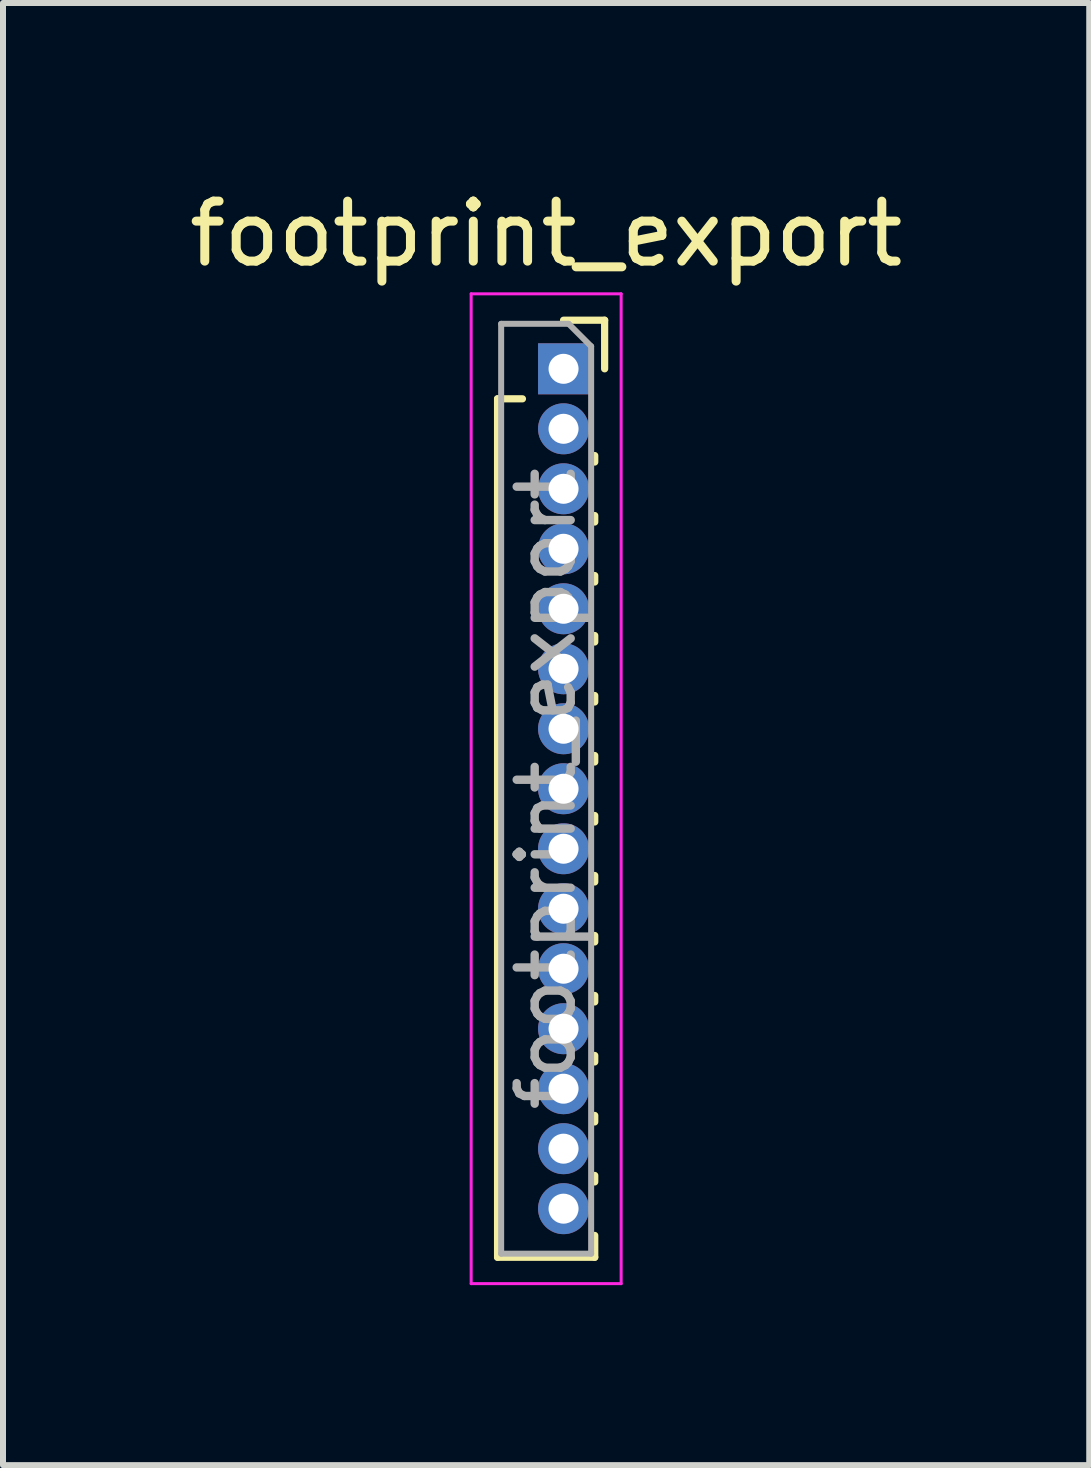
<source format=kicad_pcb>
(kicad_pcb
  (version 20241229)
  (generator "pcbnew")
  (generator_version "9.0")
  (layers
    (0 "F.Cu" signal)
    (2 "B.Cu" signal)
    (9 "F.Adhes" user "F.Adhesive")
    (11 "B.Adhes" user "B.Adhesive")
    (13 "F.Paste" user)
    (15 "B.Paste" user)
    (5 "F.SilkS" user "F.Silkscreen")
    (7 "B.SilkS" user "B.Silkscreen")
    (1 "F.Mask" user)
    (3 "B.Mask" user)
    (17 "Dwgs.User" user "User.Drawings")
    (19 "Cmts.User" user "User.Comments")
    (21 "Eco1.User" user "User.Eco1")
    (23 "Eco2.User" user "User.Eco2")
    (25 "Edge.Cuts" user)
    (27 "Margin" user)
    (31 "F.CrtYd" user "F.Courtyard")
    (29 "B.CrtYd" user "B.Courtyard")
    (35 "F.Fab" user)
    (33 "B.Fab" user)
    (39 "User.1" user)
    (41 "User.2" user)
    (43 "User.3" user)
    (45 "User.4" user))
  (footprint "footprint_export"
    (layer "F.Cu")
    (at 6.344 3.098)
    (property "Reference" "footprint_export" (at -0.29 -2.25 0) (layer "F.SilkS") (effects (font (size 1 1) (thickness 0.15))))
    (attr through_hole)
    (fp_line (start -1.1 0.5) (end -1.1 14.81) (stroke (width 0.12) (type solid)) (layer "F.SilkS"))
    (fp_line (start -1.1 0.5) (end -0.685 0.5) (stroke (width 0.12) (type solid)) (layer "F.SilkS"))
    (fp_line (start -1.1 14.81) (end 0.52 14.81) (stroke (width 0.12) (type solid)) (layer "F.SilkS"))
    (fp_line (start 0 -0.81) (end 0.685 -0.81) (stroke (width 0.12) (type solid)) (layer "F.SilkS"))
    (fp_line (start 0.52 1.446) (end 0.52 1.554) (stroke (width 0.12) (type solid)) (layer "F.SilkS"))
    (fp_line (start 0.52 2.446) (end 0.52 2.554) (stroke (width 0.12) (type solid)) (layer "F.SilkS"))
    (fp_line (start 0.52 3.446) (end 0.52 3.554) (stroke (width 0.12) (type solid)) (layer "F.SilkS"))
    (fp_line (start 0.52 4.446) (end 0.52 4.554) (stroke (width 0.12) (type solid)) (layer "F.SilkS"))
    (fp_line (start 0.52 5.446) (end 0.52 5.554) (stroke (width 0.12) (type solid)) (layer "F.SilkS"))
    (fp_line (start 0.52 6.446) (end 0.52 6.554) (stroke (width 0.12) (type solid)) (layer "F.SilkS"))
    (fp_line (start 0.52 7.446) (end 0.52 7.554) (stroke (width 0.12) (type solid)) (layer "F.SilkS"))
    (fp_line (start 0.52 8.446) (end 0.52 8.554) (stroke (width 0.12) (type solid)) (layer "F.SilkS"))
    (fp_line (start 0.52 9.446) (end 0.52 9.554) (stroke (width 0.12) (type solid)) (layer "F.SilkS"))
    (fp_line (start 0.52 10.446) (end 0.52 10.554) (stroke (width 0.12) (type solid)) (layer "F.SilkS"))
    (fp_line (start 0.52 11.446) (end 0.52 11.554) (stroke (width 0.12) (type solid)) (layer "F.SilkS"))
    (fp_line (start 0.52 12.446) (end 0.52 12.554) (stroke (width 0.12) (type solid)) (layer "F.SilkS"))
    (fp_line (start 0.52 13.446) (end 0.52 13.554) (stroke (width 0.12) (type solid)) (layer "F.SilkS"))
    (fp_line (start 0.52 14.446) (end 0.52 14.81) (stroke (width 0.12) (type solid)) (layer "F.SilkS"))
    (fp_line (start 0.685 -0.81) (end 0.685 0) (stroke (width 0.12) (type solid)) (layer "F.SilkS"))
    (fp_line (start -1.54 -1.25) (end 0.96 -1.25) (stroke (width 0.05) (type solid)) (layer "F.CrtYd"))
    (fp_line (start -1.54 15.25) (end -1.54 -1.25) (stroke (width 0.05) (type solid)) (layer "F.CrtYd"))
    (fp_line (start 0.96 -1.25) (end 0.96 15.25) (stroke (width 0.05) (type solid)) (layer "F.CrtYd"))
    (fp_line (start 0.96 15.25) (end -1.54 15.25) (stroke (width 0.05) (type solid)) (layer "F.CrtYd"))
    (fp_line (start -1.04 -0.75) (end 0.085 -0.75) (stroke (width 0.1) (type solid)) (layer "F.Fab"))
    (fp_line (start -1.04 14.75) (end -1.04 -0.75) (stroke (width 0.1) (type solid)) (layer "F.Fab"))
    (fp_line (start 0.085 -0.75) (end 0.46 -0.375) (stroke (width 0.1) (type solid)) (layer "F.Fab"))
    (fp_line (start 0.46 -0.375) (end 0.46 14.75) (stroke (width 0.1) (type solid)) (layer "F.Fab"))
    (fp_line (start 0.46 14.75) (end -1.04 14.75) (stroke (width 0.1) (type solid)) (layer "F.Fab"))
    (fp_text user "${REFERENCE}" (at -0.29 7 90) (layer "F.Fab") (effects (font (size 0.9 0.9) (thickness 0.14))))
    (pad "1" thru_hole rect (at 0 0) (size 0.85 0.85) (drill 0.5) (layers "*.Cu" "*.Mask"))
    (pad "2" thru_hole oval (at 0 1) (size 0.85 0.85) (drill 0.5) (layers "*.Cu" "*.Mask"))
    (pad "3" thru_hole oval (at 0 2) (size 0.85 0.85) (drill 0.5) (layers "*.Cu" "*.Mask"))
    (pad "4" thru_hole oval (at 0 3) (size 0.85 0.85) (drill 0.5) (layers "*.Cu" "*.Mask"))
    (pad "5" thru_hole oval (at 0 4) (size 0.85 0.85) (drill 0.5) (layers "*.Cu" "*.Mask"))
    (pad "6" thru_hole oval (at 0 5) (size 0.85 0.85) (drill 0.5) (layers "*.Cu" "*.Mask"))
    (pad "7" thru_hole oval (at 0 6) (size 0.85 0.85) (drill 0.5) (layers "*.Cu" "*.Mask"))
    (pad "8" thru_hole oval (at 0 7) (size 0.85 0.85) (drill 0.5) (layers "*.Cu" "*.Mask"))
    (pad "9" thru_hole oval (at 0 8) (size 0.85 0.85) (drill 0.5) (layers "*.Cu" "*.Mask"))
    (pad "10" thru_hole oval (at 0 9) (size 0.85 0.85) (drill 0.5) (layers "*.Cu" "*.Mask"))
    (pad "11" thru_hole oval (at 0 10) (size 0.85 0.85) (drill 0.5) (layers "*.Cu" "*.Mask"))
    (pad "12" thru_hole oval (at 0 11) (size 0.85 0.85) (drill 0.5) (layers "*.Cu" "*.Mask"))
    (pad "13" thru_hole oval (at 0 12) (size 0.85 0.85) (drill 0.5) (layers "*.Cu" "*.Mask"))
    (pad "14" thru_hole oval (at 0 13) (size 0.85 0.85) (drill 0.5) (layers "*.Cu" "*.Mask"))
    (pad "15" thru_hole oval (at 0 14) (size 0.85 0.85) (drill 0.5) (layers "*.Cu" "*.Mask")))
  (gr_rect
    (start -3 -3)
    (end 15.107 21.373)
    (stroke (width 0.1) (type default))
    (fill no)
    (layer "Edge.Cuts")))
</source>
